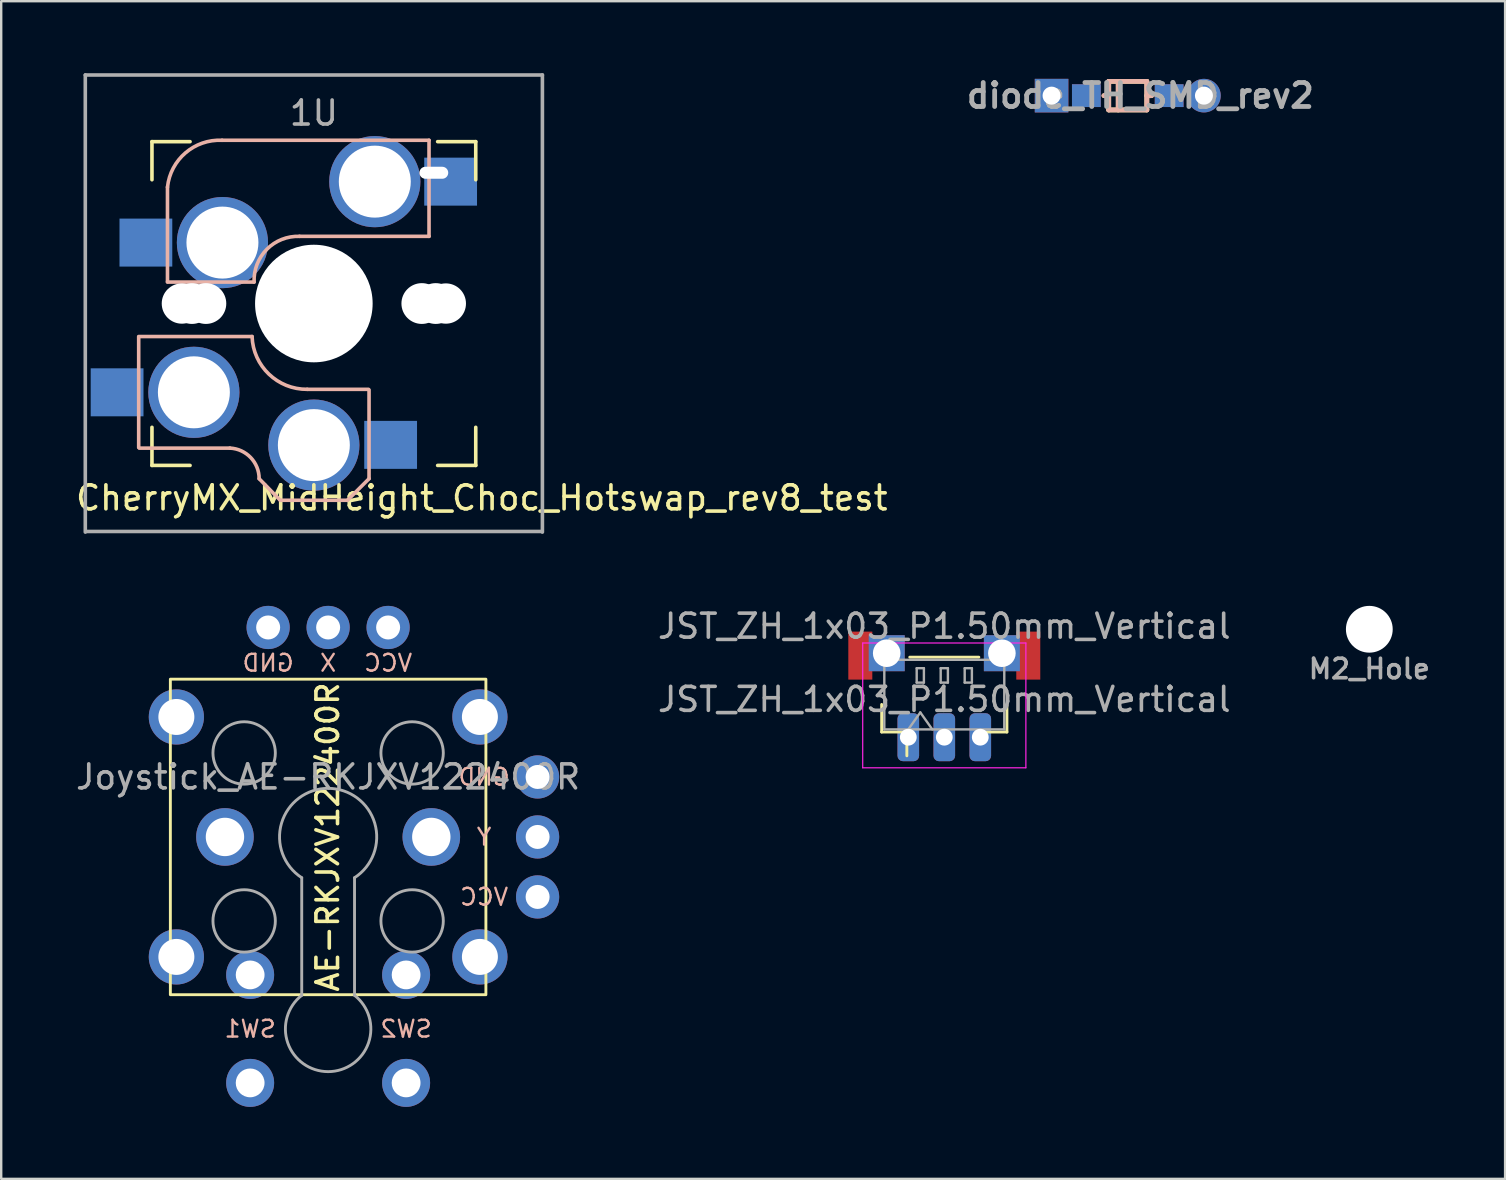
<source format=kicad_pcb>
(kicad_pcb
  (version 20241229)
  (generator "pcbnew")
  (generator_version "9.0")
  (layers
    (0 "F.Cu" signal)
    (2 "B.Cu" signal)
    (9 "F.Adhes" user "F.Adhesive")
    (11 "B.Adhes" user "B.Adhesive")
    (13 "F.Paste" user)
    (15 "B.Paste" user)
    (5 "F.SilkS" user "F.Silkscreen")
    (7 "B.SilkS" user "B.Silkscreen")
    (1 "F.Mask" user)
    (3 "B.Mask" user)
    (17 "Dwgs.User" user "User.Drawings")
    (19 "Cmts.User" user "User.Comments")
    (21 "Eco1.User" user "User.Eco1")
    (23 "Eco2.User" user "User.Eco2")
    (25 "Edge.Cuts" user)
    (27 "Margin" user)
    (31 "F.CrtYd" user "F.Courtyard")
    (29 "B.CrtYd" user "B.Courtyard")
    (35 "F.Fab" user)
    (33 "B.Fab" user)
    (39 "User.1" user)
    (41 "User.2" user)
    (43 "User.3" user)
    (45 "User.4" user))
  (footprint "M2_Hole"
    (layer "F.Cu")
    (at 54.017 23.175)
    (property "Reference" "M2_Hole" (at 0 1.651 0) (layer "F.Fab") (effects (font (size 0.813 0.813) (thickness 0.15))))
    (pad "" np_thru_hole circle (at 0 0) (size 1.95 1.95) (drill 1.95) (layers "*.Cu" "*.Mask")))
  (footprint "diode_TH_SMD_rev2"
    (layer "F.Cu")
    (at 41.172 0.936)
    (property "Reference" "diode_TH_SMD_rev2" (at 3.302 0 0) (layer "F.Fab") (effects (font (size 1 1) (thickness 0.2))))
    (fp_line (start 1.786 0) (end 1.984 0) (stroke (width 0.2) (type solid)) (layer "F.SilkS"))
    (fp_line (start 1.984 -0.595) (end 3.572 -0.595) (stroke (width 0.2) (type solid)) (layer "F.SilkS"))
    (fp_line (start 1.984 0.595) (end 1.984 -0.595) (stroke (width 0.2) (type solid)) (layer "F.SilkS"))
    (fp_line (start 2.381 -0.595) (end 2.381 0.595) (stroke (width 0.2) (type solid)) (layer "F.SilkS"))
    (fp_line (start 3.572 -0.595) (end 3.572 0.595) (stroke (width 0.2) (type solid)) (layer "F.SilkS"))
    (fp_line (start 3.572 0) (end 3.77 0) (stroke (width 0.2) (type solid)) (layer "F.SilkS"))
    (fp_line (start 3.572 0.595) (end 1.984 0.595) (stroke (width 0.2) (type solid)) (layer "F.SilkS"))
    (fp_line (start 1.786 0) (end 1.984 0) (stroke (width 0.2) (type solid)) (layer "B.SilkS"))
    (fp_line (start 1.984 -0.595) (end 1.984 0.595) (stroke (width 0.2) (type solid)) (layer "B.SilkS"))
    (fp_line (start 1.984 0.595) (end 3.572 0.595) (stroke (width 0.2) (type solid)) (layer "B.SilkS"))
    (fp_line (start 2.381 0.595) (end 2.381 -0.595) (stroke (width 0.2) (type solid)) (layer "B.SilkS"))
    (fp_line (start 3.572 -0.595) (end 1.984 -0.595) (stroke (width 0.2) (type solid)) (layer "B.SilkS"))
    (fp_line (start 3.572 0) (end 3.77 0) (stroke (width 0.2) (type solid)) (layer "B.SilkS"))
    (fp_line (start 3.572 0.595) (end 3.572 -0.595) (stroke (width 0.2) (type solid)) (layer "B.SilkS"))
    (pad "1" thru_hole rect (at -0.397 0) (size 1.4 1.4) (drill 0.75) (layers "*.Cu" "*.Mask"))
    (pad "1" smd rect (at 1.053 0) (size 1.2 0.95) (layers "F.Cu" "F.Mask" "F.Paste"))
    (pad "1" smd rect (at 1.053 0) (size 1.2 0.95) (layers "B.Cu" "B.Mask" "B.Paste"))
    (pad "2" smd rect (at 4.503 0) (size 1.2 0.95) (layers "F.Cu" "F.Mask" "F.Paste"))
    (pad "2" smd rect (at 4.503 0) (size 1.2 0.95) (layers "B.Cu" "B.Mask" "B.Paste"))
    (pad "2" thru_hole circle (at 5.953 0) (size 1.4 1.4) (drill 0.75) (layers "*.Cu" "*.Mask")))
  (footprint "CherryMX_MidHeight_Choc_Hotswap_rev8_test"
    (layer "F.Cu")
    (at 10.03 9.6)
    (property "Reference" "CherryMX_MidHeight_Choc_Hotswap_rev8_test" (at 7 8.1 0) (layer "F.SilkS") (effects (font (size 1 1) (thickness 0.15))))
    (fp_line (start -6.747 -6.747) (end -5.159 -6.747) (stroke (width 0.15) (type solid)) (layer "F.SilkS"))
    (fp_line (start -6.747 -5.159) (end -6.747 -6.747) (stroke (width 0.15) (type solid)) (layer "F.SilkS"))
    (fp_line (start -6.747 6.747) (end -6.747 5.159) (stroke (width 0.15) (type solid)) (layer "F.SilkS"))
    (fp_line (start -5.159 6.747) (end -6.747 6.747) (stroke (width 0.15) (type solid)) (layer "F.SilkS"))
    (fp_line (start 5.159 -6.747) (end 6.747 -6.747) (stroke (width 0.15) (type solid)) (layer "F.SilkS"))
    (fp_line (start 6.747 -6.747) (end 6.747 -5.159) (stroke (width 0.15) (type solid)) (layer "F.SilkS"))
    (fp_line (start 6.747 5.159) (end 6.747 6.747) (stroke (width 0.15) (type solid)) (layer "F.SilkS"))
    (fp_line (start 6.747 6.747) (end 5.159 6.747) (stroke (width 0.15) (type solid)) (layer "F.SilkS"))
    (fp_line (start -7.3 1.4) (end -7.3 6) (stroke (width 0.15) (type solid)) (layer "B.SilkS"))
    (fp_line (start -6.1 -4.85) (end -6.1 -0.905) (stroke (width 0.15) (type solid)) (layer "B.SilkS"))
    (fp_line (start -6.1 -0.896) (end -2.49 -0.896) (stroke (width 0.15) (type solid)) (layer "B.SilkS"))
    (fp_line (start -3.5 6.025) (end -7.275 6.025) (stroke (width 0.15) (type solid)) (layer "B.SilkS"))
    (fp_line (start -2.575 1.375) (end -7.3 1.375) (stroke (width 0.15) (type solid)) (layer "B.SilkS"))
    (fp_line (start -2.28 7.3) (end -1.4 8.2) (stroke (width 0.15) (type solid)) (layer "B.SilkS"))
    (fp_line (start 1.4 8.2) (end -1.4 8.2) (stroke (width 0.15) (type solid)) (layer "B.SilkS"))
    (fp_line (start 2.275 3.575) (end -0.275 3.575) (stroke (width 0.15) (type solid)) (layer "B.SilkS"))
    (fp_line (start 2.3 3.6) (end 2.3 7.3) (stroke (width 0.15) (type solid)) (layer "B.SilkS"))
    (fp_line (start 2.3 7.3) (end 1.4 8.2) (stroke (width 0.15) (type solid)) (layer "B.SilkS"))
    (fp_line (start 4.8 -6.804) (end -3.825 -6.804) (stroke (width 0.15) (type solid)) (layer "B.SilkS"))
    (fp_line (start 4.8 -2.8) (end -0.6 -2.8) (stroke (width 0.15) (type solid)) (layer "B.SilkS"))
    (fp_line (start 4.8 -2.8) (end 4.8 -6.804) (stroke (width 0.15) (type solid)) (layer "B.SilkS"))
    (fp_arc (start -6.1 -4.85) (mid -5.3507 -6.278973) (end -3.825 -6.804) (stroke (width 0.15) (type solid)) (layer "B.SilkS"))
    (fp_arc (start -3.5 6.025) (mid -2.633993 6.417536) (end -2.28 7.3) (stroke (width 0.15) (type solid)) (layer "B.SilkS"))
    (fp_arc (start -2.49 -0.896) (mid -1.960305 -2.260251) (end -0.6 -2.8) (stroke (width 0.15) (type solid)) (layer "B.SilkS"))
    (fp_arc (start -0.275 3.575) (mid -1.872559 2.942903) (end -2.575 1.375) (stroke (width 0.15) (type solid)) (layer "B.SilkS"))
    (fp_line (start -9.525 -9.525) (end 9.525 -9.525) (stroke (width 0.15) (type solid)) (layer "F.Fab"))
    (fp_line (start -9.525 9.525) (end -9.525 -9.525) (stroke (width 0.15) (type solid)) (layer "F.Fab"))
    (fp_line (start 9.5 9.5) (end -9.5 9.5) (stroke (width 0.15) (type solid)) (layer "F.Fab"))
    (fp_line (start 9.525 -9.525) (end 9.525 9.525) (stroke (width 0.15) (type solid)) (layer "F.Fab"))
    (fp_text user "1U" (at 0 -7.938 0) (layer "F.Fab") (effects (font (size 1 1) (thickness 0.15))))
    (pad "" np_thru_hole circle (at -5.5 0 90) (size 1.68 1.68) (drill 1.68) (layers "*.Cu" "*.Mask"))
    (pad "" np_thru_hole circle (at -5.08 0) (size 1.7 1.7) (drill 1.7) (layers "*.Cu" "*.Mask"))
    (pad "" np_thru_hole circle (at -4.5 0) (size 1.7 1.7) (drill 1.7) (layers "*.Cu" "*.Mask"))
    (pad "" np_thru_hole circle (at 0 0 90) (size 4.9 4.9) (drill 4.9) (layers "*.Cu" "*.Mask"))
    (pad "" np_thru_hole circle (at 4.5 0) (size 1.7 1.7) (drill 1.7) (layers "*.Cu" "*.Mask"))
    (pad "" np_thru_hole oval (at 5 -5.45 180) (size 1.2 0.5) (drill oval 1.2 0.5) (layers "*.Cu" "*.Mask"))
    (pad "" np_thru_hole circle (at 5.08 0) (size 1.7 1.7) (drill 1.7) (layers "*.Cu" "*.Mask"))
    (pad "" np_thru_hole circle (at 5.5 0 90) (size 1.68 1.68) (drill 1.68) (layers "*.Cu" "*.Mask"))
    (pad "1" smd rect (at -8.2 3.7) (size 2.2 2) (layers "B.Cu" "B.Mask" "B.Paste"))
    (pad "1" smd rect (at -7 -2.54) (size 2.2 2) (layers "B.Cu" "B.Mask" "B.Paste"))
    (pad "1" thru_hole circle (at -5 3.7 90) (size 3.8 3.8) (drill 3) (layers "*.Cu" "B.Mask"))
    (pad "1" thru_hole circle (at -3.81 -2.54 180) (size 3.8 3.8) (drill 3) (layers "*.Cu" "B.Mask"))
    (pad "2" thru_hole circle (at 0 5.9 90) (size 3.8 3.8) (drill 3) (layers "*.Cu" "B.Mask"))
    (pad "2" thru_hole circle (at 2.54 -5.08 180) (size 3.8 3.8) (drill 3) (layers "*.Cu" "B.Mask"))
    (pad "2" smd rect (at 3.2 5.89) (size 2.2 2) (layers "B.Cu" "B.Mask" "B.Paste"))
    (pad "2" smd rect (at 5.7 -5.08) (size 2.2 2) (layers "B.Cu" "B.Mask" "B.Paste")))
  (footprint "Joystick_AE-RKJXV122400R"
    (layer "F.Cu")
    (at 10.625 31.83)
    (property "Reference" "Joystick_AE-RKJXV122400R" (at 0 -2.5 0) (layer "F.Fab") (effects (font (size 1 1) (thickness 0.15))))
    (attr board_only exclude_from_pos_files)
    (fp_rect (start -6.575 -6.575) (end 6.575 6.575) (stroke (width 0.12) (type solid)) (fill no) (layer "F.SilkS"))
    (fp_line (start -1.1 1.7) (end -1.1 6.6) (stroke (width 0.12) (type solid)) (layer "F.Fab"))
    (fp_line (start 1.1 1.7) (end 1.1 6.6) (stroke (width 0.12) (type solid)) (layer "F.Fab"))
    (fp_arc (start -1.1 1.699999) (mid 0.000003 -2.025471) (end 1.099999 1.700001) (stroke (width 0.12) (type solid)) (layer "F.Fab"))
    (fp_arc (start 1.099999 6.6) (mid 0 9.781097) (end -1.1 6.6) (stroke (width 0.12) (type solid)) (layer "F.Fab"))
    (fp_circle (center -3.5 -3.5) (end -2.2 -3.5) (stroke (width 0.12) (type solid)) (fill no) (layer "F.Fab"))
    (fp_circle (center -3.5 3.5) (end -2.2 3.5) (stroke (width 0.12) (type solid)) (fill no) (layer "F.Fab"))
    (fp_circle (center 3.5 -3.5) (end 4.8 -3.5) (stroke (width 0.12) (type solid)) (fill no) (layer "F.Fab"))
    (fp_circle (center 3.5 3.5) (end 4.8 3.5) (stroke (width 0.12) (type solid)) (fill no) (layer "F.Fab"))
    (fp_text user "AE-RKJXV122400R" (at -0.018 0.003 90) (unlocked yes) (layer "F.SilkS") (effects (font (size 0.9 0.9) (thickness 0.15))))
    (fp_text user "VCC" (at 2.5 -7.25 0) (unlocked yes) (layer "B.SilkS") (effects (font (size 0.7 0.7) (thickness 0.1)) (justify mirror)))
    (fp_text user "X" (at 0 -7.25 0) (unlocked yes) (layer "B.SilkS") (effects (font (size 0.7 0.7) (thickness 0.1)) (justify mirror)))
    (fp_text user "SW1" (at -3.25 8 0) (unlocked yes) (layer "B.SilkS") (effects (font (size 0.7 0.7) (thickness 0.1)) (justify mirror)))
    (fp_text user "VCC" (at 6.5 2.5 0) (unlocked yes) (layer "B.SilkS") (effects (font (size 0.7 0.7) (thickness 0.1)) (justify mirror)))
    (fp_text user "SW2" (at 3.25 8 0) (unlocked yes) (layer "B.SilkS") (effects (font (size 0.7 0.7) (thickness 0.1)) (justify mirror)))
    (fp_text user "GND" (at 6.5 -2.5 0) (unlocked yes) (layer "B.SilkS") (effects (font (size 0.7 0.7) (thickness 0.1)) (justify mirror)))
    (fp_text user "GND" (at -2.5 -7.25 0) (unlocked yes) (layer "B.SilkS") (effects (font (size 0.7 0.7) (thickness 0.1)) (justify mirror)))
    (fp_text user "Y" (at 6.5 0 0) (unlocked yes) (layer "B.SilkS") (effects (font (size 0.7 0.7) (thickness 0.1)) (justify mirror)))
    (pad "" thru_hole circle (at -6.325 -5) (size 2.3 2.3) (drill 1.5) (layers "*.Cu" "*.Mask"))
    (pad "" thru_hole circle (at -6.325 5) (size 2.3 2.3) (drill 1.5) (layers "*.Cu" "*.Mask"))
    (pad "" thru_hole circle (at -4.3 0) (size 2.4 2.4) (drill 1.6) (layers "*.Cu" "*.Mask"))
    (pad "" thru_hole circle (at 4.3 0) (size 2.4 2.4) (drill 1.6) (layers "*.Cu" "*.Mask"))
    (pad "" thru_hole circle (at 6.325 -5) (size 2.3 2.3) (drill 1.5) (layers "*.Cu" "*.Mask"))
    (pad "" thru_hole circle (at 6.325 5) (size 2.3 2.3) (drill 1.5) (layers "*.Cu" "*.Mask"))
    (pad "1" thru_hole circle (at -2.5 -8.73 90) (size 1.8 1.8) (drill 1) (layers "*.Cu" "*.Mask"))
    (pad "2" thru_hole circle (at 0 -8.73 90) (size 1.8 1.8) (drill 1) (layers "*.Cu" "*.Mask"))
    (pad "3" thru_hole circle (at 2.5 -8.73 90) (size 1.8 1.8) (drill 1) (layers "*.Cu" "*.Mask"))
    (pad "4" thru_hole circle (at 8.73 -2.5) (size 1.8 1.8) (drill 1) (layers "*.Cu" "*.Mask"))
    (pad "5" thru_hole circle (at 8.73 0) (size 1.8 1.8) (drill 1) (layers "*.Cu" "*.Mask"))
    (pad "6" thru_hole circle (at 8.73 2.5) (size 1.8 1.8) (drill 1) (layers "*.Cu" "*.Mask"))
    (pad "SW1" thru_hole circle (at -3.25 5.75) (size 2 2) (drill 1.2) (layers "*.Cu" "*.Mask"))
    (pad "SW1" thru_hole circle (at -3.25 10.25) (size 2 2) (drill 1.2) (layers "*.Cu" "*.Mask"))
    (pad "SW2" thru_hole circle (at 3.25 5.75) (size 2 2) (drill 1.2) (layers "*.Cu" "*.Mask"))
    (pad "SW2" thru_hole circle (at 3.25 10.25) (size 2 2) (drill 1.2) (layers "*.Cu" "*.Mask")))
  (footprint "JST_ZH_1x03_P1.50mm_Vertical"
    (layer "F.Cu")
    (at 36.304 26.673)
    (property "Reference" "JST_ZH_1x03_P1.50mm_Vertical" (at 0 -3.625 0) (layer "F.Fab") (effects (font (size 1 1) (thickness 0.15))))
    (attr smd)
    (fp_line (start -2.61 -0.365) (end -2.61 0.785) (stroke (width 0.12) (type solid)) (layer "F.SilkS"))
    (fp_line (start -2.61 0.785) (end -1.56 0.785) (stroke (width 0.12) (type solid)) (layer "F.SilkS"))
    (fp_line (start -1.56 0.785) (end -1.56 1.775) (stroke (width 0.12) (type solid)) (layer "F.SilkS"))
    (fp_line (start -1.44 -2.335) (end 1.44 -2.335) (stroke (width 0.12) (type solid)) (layer "F.SilkS"))
    (fp_line (start 2.61 -0.365) (end 2.61 0.785) (stroke (width 0.12) (type solid)) (layer "F.SilkS"))
    (fp_line (start 2.61 0.785) (end 1.56 0.785) (stroke (width 0.12) (type solid)) (layer "F.SilkS"))
    (fp_line (start -3.4 -2.925) (end -3.4 2.275) (stroke (width 0.05) (type solid)) (layer "F.CrtYd"))
    (fp_line (start -3.4 2.275) (end 3.4 2.275) (stroke (width 0.05) (type solid)) (layer "F.CrtYd"))
    (fp_line (start 3.4 -2.925) (end -3.4 -2.925) (stroke (width 0.05) (type solid)) (layer "F.CrtYd"))
    (fp_line (start 3.4 2.275) (end 3.4 -2.925) (stroke (width 0.05) (type solid)) (layer "F.CrtYd"))
    (fp_line (start -2.5 -2.225) (end 2.5 -2.225) (stroke (width 0.1) (type solid)) (layer "F.Fab"))
    (fp_line (start -2.5 0.675) (end -2.5 -2.225) (stroke (width 0.1) (type solid)) (layer "F.Fab"))
    (fp_line (start -2.5 0.675) (end 2.5 0.675) (stroke (width 0.1) (type solid)) (layer "F.Fab"))
    (fp_line (start -1.5 0.675) (end -1 -0.032) (stroke (width 0.1) (type solid)) (layer "F.Fab"))
    (fp_line (start -1.15 -1.875) (end -1.15 -1.275) (stroke (width 0.1) (type solid)) (layer "F.Fab"))
    (fp_line (start -1.15 -1.275) (end -0.85 -1.275) (stroke (width 0.1) (type solid)) (layer "F.Fab"))
    (fp_line (start -1 -0.032) (end -0.5 0.675) (stroke (width 0.1) (type solid)) (layer "F.Fab"))
    (fp_line (start -0.85 -1.875) (end -1.15 -1.875) (stroke (width 0.1) (type solid)) (layer "F.Fab"))
    (fp_line (start -0.85 -1.275) (end -0.85 -1.875) (stroke (width 0.1) (type solid)) (layer "F.Fab"))
    (fp_line (start -0.15 -1.875) (end -0.15 -1.275) (stroke (width 0.1) (type solid)) (layer "F.Fab"))
    (fp_line (start -0.15 -1.275) (end 0.15 -1.275) (stroke (width 0.1) (type solid)) (layer "F.Fab"))
    (fp_line (start 0.15 -1.875) (end -0.15 -1.875) (stroke (width 0.1) (type solid)) (layer "F.Fab"))
    (fp_line (start 0.15 -1.275) (end 0.15 -1.875) (stroke (width 0.1) (type solid)) (layer "F.Fab"))
    (fp_line (start 0.85 -1.875) (end 0.85 -1.275) (stroke (width 0.1) (type solid)) (layer "F.Fab"))
    (fp_line (start 0.85 -1.275) (end 1.15 -1.275) (stroke (width 0.1) (type solid)) (layer "F.Fab"))
    (fp_line (start 1.15 -1.875) (end 0.85 -1.875) (stroke (width 0.1) (type solid)) (layer "F.Fab"))
    (fp_line (start 1.15 -1.275) (end 1.15 -1.875) (stroke (width 0.1) (type solid)) (layer "F.Fab"))
    (fp_line (start 2.5 0.675) (end 2.5 -2.225) (stroke (width 0.1) (type solid)) (layer "F.Fab"))
    (fp_text user "${REFERENCE}" (at 0 -0.575 0) (layer "F.Fab") (effects (font (size 1 1) (thickness 0.15))))
    (pad "1" thru_hole roundrect (at -1.5 1) (size 0.9 2) (drill 0.7) (layers "*.Cu" "*.Mask") (roundrect_rratio 0.25))
    (pad "2" thru_hole roundrect (at 0 1) (size 0.9 2) (drill 0.7) (layers "*.Cu" "*.Mask") (roundrect_rratio 0.25))
    (pad "3" thru_hole roundrect (at 1.5 1) (size 0.9 2) (drill 0.7) (layers "*.Cu" "*.Mask") (roundrect_rratio 0.25))
    (pad "MP" smd rect (at -3.5 -2.4) (size 1 2) (layers "F.Cu" "F.Mask" "F.Paste"))
    (pad "MP" thru_hole rect (at -2.4 -2.5) (size 1.5 1.5) (drill 1.15) (layers "*.Cu" "*.Mask"))
    (pad "MP" thru_hole rect (at 2.4 -2.5) (size 1.5 1.5) (drill 1.15) (layers "*.Cu" "*.Mask"))
    (pad "MP" smd rect (at 3.5 -2.4) (size 1 2) (layers "F.Cu" "F.Mask" "F.Paste")))
  (gr_rect
    (start -3 -3)
    (end 59.676 46.08)
    (stroke (width 0.1) (type default))
    (fill no)
    (layer "Edge.Cuts")))
</source>
